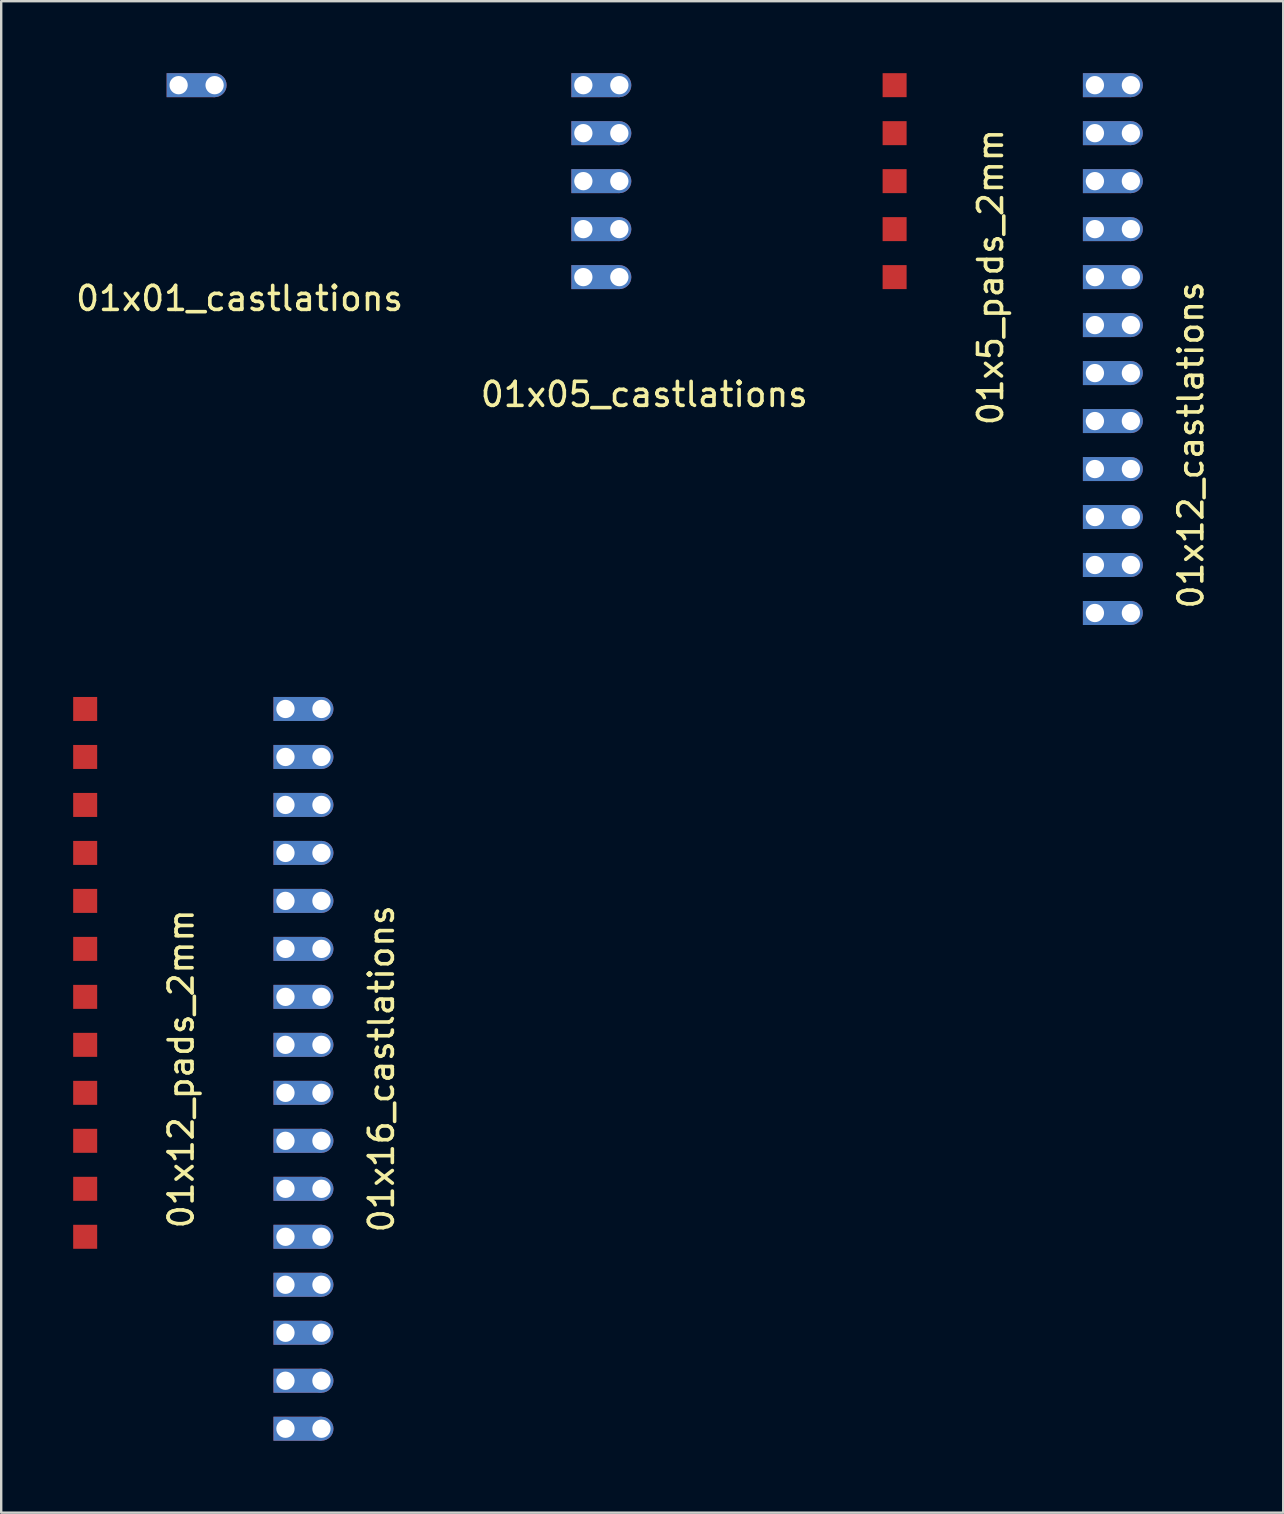
<source format=kicad_pcb>
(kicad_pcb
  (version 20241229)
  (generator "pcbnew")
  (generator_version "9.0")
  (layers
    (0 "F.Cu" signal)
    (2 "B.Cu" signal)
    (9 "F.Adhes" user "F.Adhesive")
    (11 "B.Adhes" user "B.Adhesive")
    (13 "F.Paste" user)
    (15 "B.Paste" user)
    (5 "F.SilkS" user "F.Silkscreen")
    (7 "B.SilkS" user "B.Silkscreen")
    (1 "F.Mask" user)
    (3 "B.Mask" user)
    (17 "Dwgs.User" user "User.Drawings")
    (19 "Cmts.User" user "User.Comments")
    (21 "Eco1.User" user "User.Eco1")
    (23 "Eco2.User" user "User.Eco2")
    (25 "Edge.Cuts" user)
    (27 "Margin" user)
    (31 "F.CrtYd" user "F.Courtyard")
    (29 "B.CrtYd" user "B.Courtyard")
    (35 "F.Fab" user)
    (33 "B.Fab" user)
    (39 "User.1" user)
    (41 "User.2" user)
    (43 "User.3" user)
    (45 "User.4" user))
  (footprint "01x16_castlations"
    (layer "F.Cu")
    (at 8.848 41.5)
    (property "Reference" "01x16_castlations" (at 4 0 90) (layer "F.SilkS") (effects (font (size 1 1) (thickness 0.15))))
    (attr through_hole)
    (pad "1" thru_hole rect (at 0 -15) (size 2 1) (drill 0.762 (offset 0.5 0)) (layers "*.Cu" "*.Mask"))
    (pad "1" thru_hole circle (at 1.5 -15) (size 1 1) (drill 0.762) (layers "*.Cu" "*.Mask"))
    (pad "2" thru_hole rect (at 0 -13) (size 2 1) (drill 0.762 (offset 0.5 0)) (layers "*.Cu" "*.Mask"))
    (pad "2" thru_hole circle (at 1.5 -13) (size 1 1) (drill 0.762) (layers "*.Cu" "*.Mask"))
    (pad "3" thru_hole rect (at 0 -11) (size 2 1) (drill 0.762 (offset 0.5 0)) (layers "*.Cu" "*.Mask"))
    (pad "3" thru_hole circle (at 1.5 -11) (size 1 1) (drill 0.762) (layers "*.Cu" "*.Mask"))
    (pad "4" thru_hole rect (at 0 -9) (size 2 1) (drill 0.762 (offset 0.5 0)) (layers "*.Cu" "*.Mask"))
    (pad "4" thru_hole circle (at 1.5 -9) (size 1 1) (drill 0.762) (layers "*.Cu" "*.Mask"))
    (pad "5" thru_hole rect (at 0 -7) (size 2 1) (drill 0.762 (offset 0.5 0)) (layers "*.Cu" "*.Mask"))
    (pad "5" thru_hole circle (at 1.5 -7) (size 1 1) (drill 0.762) (layers "*.Cu" "*.Mask"))
    (pad "6" thru_hole rect (at 0 -5) (size 2 1) (drill 0.762 (offset 0.5 0)) (layers "*.Cu" "*.Mask"))
    (pad "6" thru_hole circle (at 1.5 -5) (size 1 1) (drill 0.762) (layers "*.Cu" "*.Mask"))
    (pad "7" thru_hole rect (at 0 -3) (size 2 1) (drill 0.762 (offset 0.5 0)) (layers "*.Cu" "*.Mask"))
    (pad "7" thru_hole circle (at 1.5 -3) (size 1 1) (drill 0.762) (layers "*.Cu" "*.Mask"))
    (pad "8" thru_hole rect (at 0 -1) (size 2 1) (drill 0.762 (offset 0.5 0)) (layers "*.Cu" "*.Mask"))
    (pad "8" thru_hole circle (at 1.5 -1) (size 1 1) (drill 0.762) (layers "*.Cu" "*.Mask"))
    (pad "9" thru_hole rect (at 0 1) (size 2 1) (drill 0.762 (offset 0.5 0)) (layers "*.Cu" "*.Mask"))
    (pad "9" thru_hole circle (at 1.5 1) (size 1 1) (drill 0.762) (layers "*.Cu" "*.Mask"))
    (pad "10" thru_hole rect (at 0 3) (size 2 1) (drill 0.762 (offset 0.5 0)) (layers "*.Cu" "*.Mask"))
    (pad "10" thru_hole circle (at 1.5 3) (size 1 1) (drill 0.762) (layers "*.Cu" "*.Mask"))
    (pad "11" thru_hole rect (at 0 5) (size 2 1) (drill 0.762 (offset 0.5 0)) (layers "*.Cu" "*.Mask"))
    (pad "11" thru_hole circle (at 1.5 5) (size 1 1) (drill 0.762) (layers "*.Cu" "*.Mask"))
    (pad "12" thru_hole rect (at 0 7) (size 2 1) (drill 0.762 (offset 0.5 0)) (layers "*.Cu" "*.Mask"))
    (pad "12" thru_hole circle (at 1.5 7) (size 1 1) (drill 0.762) (layers "*.Cu" "*.Mask"))
    (pad "13" thru_hole rect (at 0 9) (size 2 1) (drill 0.762 (offset 0.5 0)) (layers "*.Cu" "*.Mask"))
    (pad "13" thru_hole circle (at 1.5 9) (size 1 1) (drill 0.762) (layers "*.Cu" "*.Mask"))
    (pad "14" thru_hole rect (at 0 11) (size 2 1) (drill 0.762 (offset 0.5 0)) (layers "*.Cu" "*.Mask"))
    (pad "14" thru_hole circle (at 1.5 11) (size 1 1) (drill 0.762) (layers "*.Cu" "*.Mask"))
    (pad "15" thru_hole rect (at 0 13) (size 2 1) (drill 0.762 (offset 0.5 0)) (layers "*.Cu" "*.Mask"))
    (pad "15" thru_hole circle (at 1.5 13) (size 1 1) (drill 0.762) (layers "*.Cu" "*.Mask"))
    (pad "16" thru_hole rect (at 0 15) (size 2 1) (drill 0.762 (offset 0.5 0)) (layers "*.Cu" "*.Mask"))
    (pad "16" thru_hole circle (at 1.5 15) (size 1 1) (drill 0.762) (layers "*.Cu" "*.Mask")))
  (footprint "01x05_castlations"
    (layer "F.Cu")
    (at 21.264 4.5)
    (property "Reference" "01x05_castlations" (at 2.54 8.89 0) (layer "F.SilkS") (effects (font (size 1 1) (thickness 0.15))))
    (attr through_hole)
    (pad "1" thru_hole rect (at 0 -4) (size 2 1) (drill 0.762 (offset 0.5 0)) (layers "*.Cu" "*.Mask"))
    (pad "1" thru_hole circle (at 1.5 -4) (size 1 1) (drill 0.762) (layers "*.Cu" "*.Mask"))
    (pad "2" thru_hole rect (at 0 -2) (size 2 1) (drill 0.762 (offset 0.5 0)) (layers "*.Cu" "*.Mask"))
    (pad "2" thru_hole circle (at 1.5 -2) (size 1 1) (drill 0.762) (layers "*.Cu" "*.Mask"))
    (pad "3" thru_hole rect (at 0 0) (size 2 1) (drill 0.762 (offset 0.5 0)) (layers "*.Cu" "*.Mask"))
    (pad "3" thru_hole circle (at 1.5 0) (size 1 1) (drill 0.762) (layers "*.Cu" "*.Mask"))
    (pad "4" thru_hole rect (at 0 2) (size 2 1) (drill 0.762 (offset 0.5 0)) (layers "*.Cu" "*.Mask"))
    (pad "4" thru_hole circle (at 1.5 2) (size 1 1) (drill 0.762) (layers "*.Cu" "*.Mask"))
    (pad "5" thru_hole rect (at 0 4) (size 2 1) (drill 0.762 (offset 0.5 0)) (layers "*.Cu" "*.Mask"))
    (pad "5" thru_hole circle (at 1.5 4) (size 1 1) (drill 0.762) (layers "*.Cu" "*.Mask")))
  (footprint "01x12_castlations"
    (layer "F.Cu")
    (at 42.586 11.5)
    (property "Reference" "01x12_castlations" (at 4 4 90) (layer "F.SilkS") (effects (font (size 1 1) (thickness 0.15))))
    (attr through_hole)
    (pad "1" thru_hole rect (at 0 -11) (size 2 1) (drill 0.762 (offset 0.5 0)) (layers "*.Cu" "*.Mask"))
    (pad "1" thru_hole circle (at 1.5 -11) (size 1 1) (drill 0.762) (layers "*.Cu" "*.Mask"))
    (pad "2" thru_hole rect (at 0 -9) (size 2 1) (drill 0.762 (offset 0.5 0)) (layers "*.Cu" "*.Mask"))
    (pad "2" thru_hole circle (at 1.5 -9) (size 1 1) (drill 0.762) (layers "*.Cu" "*.Mask"))
    (pad "3" thru_hole rect (at 0 -7) (size 2 1) (drill 0.762 (offset 0.5 0)) (layers "*.Cu" "*.Mask"))
    (pad "3" thru_hole circle (at 1.5 -7) (size 1 1) (drill 0.762) (layers "*.Cu" "*.Mask"))
    (pad "4" thru_hole rect (at 0 -5) (size 2 1) (drill 0.762 (offset 0.5 0)) (layers "*.Cu" "*.Mask"))
    (pad "4" thru_hole circle (at 1.5 -5) (size 1 1) (drill 0.762) (layers "*.Cu" "*.Mask"))
    (pad "5" thru_hole rect (at 0 -3) (size 2 1) (drill 0.762 (offset 0.5 0)) (layers "*.Cu" "*.Mask"))
    (pad "5" thru_hole circle (at 1.5 -3) (size 1 1) (drill 0.762) (layers "*.Cu" "*.Mask"))
    (pad "6" thru_hole rect (at 0 -1) (size 2 1) (drill 0.762 (offset 0.5 0)) (layers "*.Cu" "*.Mask"))
    (pad "6" thru_hole circle (at 1.5 -1) (size 1 1) (drill 0.762) (layers "*.Cu" "*.Mask"))
    (pad "7" thru_hole rect (at 0 1) (size 2 1) (drill 0.762 (offset 0.5 0)) (layers "*.Cu" "*.Mask"))
    (pad "7" thru_hole circle (at 1.5 1) (size 1 1) (drill 0.762) (layers "*.Cu" "*.Mask"))
    (pad "8" thru_hole rect (at 0 3) (size 2 1) (drill 0.762 (offset 0.5 0)) (layers "*.Cu" "*.Mask"))
    (pad "8" thru_hole circle (at 1.5 3) (size 1 1) (drill 0.762) (layers "*.Cu" "*.Mask"))
    (pad "9" thru_hole rect (at 0 5) (size 2 1) (drill 0.762 (offset 0.5 0)) (layers "*.Cu" "*.Mask"))
    (pad "9" thru_hole circle (at 1.5 5) (size 1 1) (drill 0.762) (layers "*.Cu" "*.Mask"))
    (pad "10" thru_hole rect (at 0 7) (size 2 1) (drill 0.762 (offset 0.5 0)) (layers "*.Cu" "*.Mask"))
    (pad "10" thru_hole circle (at 1.5 7) (size 1 1) (drill 0.762) (layers "*.Cu" "*.Mask"))
    (pad "11" thru_hole rect (at 0 9) (size 2 1) (drill 0.762 (offset 0.5 0)) (layers "*.Cu" "*.Mask"))
    (pad "11" thru_hole circle (at 1.5 9) (size 1 1) (drill 0.762) (layers "*.Cu" "*.Mask"))
    (pad "12" thru_hole rect (at 0 11) (size 2 1) (drill 0.762 (offset 0.5 0)) (layers "*.Cu" "*.Mask"))
    (pad "12" thru_hole circle (at 1.5 11) (size 1 1) (drill 0.762) (layers "*.Cu" "*.Mask")))
  (footprint "01x5_pads_2mm"
    (layer "F.Cu")
    (at 34.238 4.5)
    (property "Reference" "01x5_pads_2mm" (at 4 4 90) (layer "F.SilkS") (effects (font (size 1 1) (thickness 0.15))))
    (attr through_hole)
    (pad "1" smd rect (at 0 -4) (size 1 1) (layers "F.Cu" "F.Mask" "F.Paste"))
    (pad "2" smd rect (at 0 -2) (size 1 1) (layers "F.Cu" "F.Mask" "F.Paste"))
    (pad "3" smd rect (at 0 0) (size 1 1) (layers "F.Cu" "F.Mask" "F.Paste"))
    (pad "4" smd rect (at 0 2) (size 1 1) (layers "F.Cu" "F.Mask" "F.Paste"))
    (pad "5" smd rect (at 0 4) (size 1 1) (layers "F.Cu" "F.Mask" "F.Paste")))
  (footprint "01x01_castlations"
    (layer "F.Cu")
    (at 4.395 0.5)
    (property "Reference" "01x01_castlations" (at 2.54 8.89 0) (layer "F.SilkS") (effects (font (size 1 1) (thickness 0.15))))
    (attr through_hole)
    (pad "1" thru_hole rect (at 0 0) (size 2 1) (drill 0.762 (offset 0.5 0)) (layers "*.Cu" "*.Mask"))
    (pad "1" thru_hole circle (at 1.5 0) (size 1 1) (drill 0.762) (layers "*.Cu" "*.Mask")))
  (footprint "01x12_pads_2mm"
    (layer "F.Cu")
    (at 0.5 37.5)
    (property "Reference" "01x12_pads_2mm" (at 4 4 90) (layer "F.SilkS") (effects (font (size 1 1) (thickness 0.15))))
    (attr through_hole)
    (pad "1" smd rect (at 0 -11) (size 1 1) (layers "F.Cu" "F.Mask" "F.Paste"))
    (pad "2" smd rect (at 0 -9) (size 1 1) (layers "F.Cu" "F.Mask" "F.Paste"))
    (pad "3" smd rect (at 0 -7) (size 1 1) (layers "F.Cu" "F.Mask" "F.Paste"))
    (pad "4" smd rect (at 0 -5) (size 1 1) (layers "F.Cu" "F.Mask" "F.Paste"))
    (pad "5" smd rect (at 0 -3) (size 1 1) (layers "F.Cu" "F.Mask" "F.Paste"))
    (pad "6" smd rect (at 0 -1) (size 1 1) (layers "F.Cu" "F.Mask" "F.Paste"))
    (pad "7" smd rect (at 0 1) (size 1 1) (layers "F.Cu" "F.Mask" "F.Paste"))
    (pad "8" smd rect (at 0 3) (size 1 1) (layers "F.Cu" "F.Mask" "F.Paste"))
    (pad "9" smd rect (at 0 5) (size 1 1) (layers "F.Cu" "F.Mask" "F.Paste"))
    (pad "10" smd rect (at 0 7) (size 1 1) (layers "F.Cu" "F.Mask" "F.Paste"))
    (pad "11" smd rect (at 0 9) (size 1 1) (layers "F.Cu" "F.Mask" "F.Paste"))
    (pad "12" smd rect (at 0 11) (size 1 1) (layers "F.Cu" "F.Mask" "F.Paste")))
  (gr_rect
    (start -3 -3)
    (end 50.435 60)
    (stroke (width 0.1) (type default))
    (fill no)
    (layer "Edge.Cuts")))
</source>
